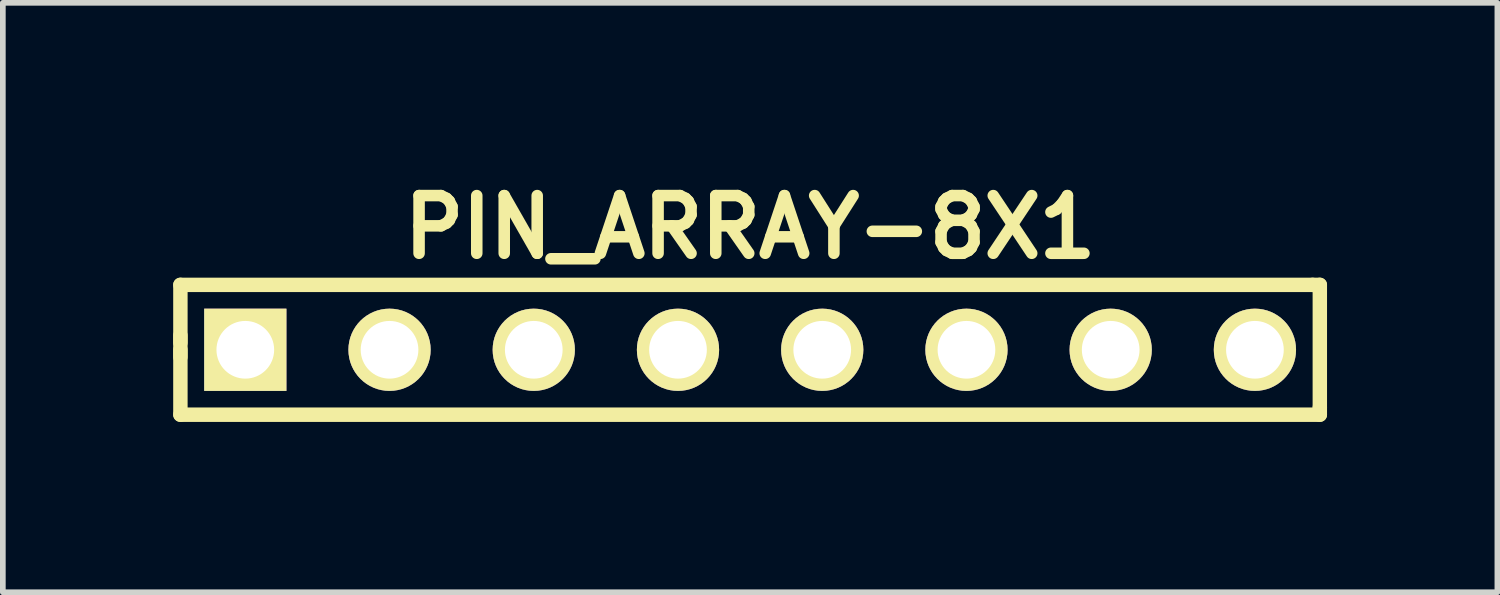
<source format=kicad_pcb>
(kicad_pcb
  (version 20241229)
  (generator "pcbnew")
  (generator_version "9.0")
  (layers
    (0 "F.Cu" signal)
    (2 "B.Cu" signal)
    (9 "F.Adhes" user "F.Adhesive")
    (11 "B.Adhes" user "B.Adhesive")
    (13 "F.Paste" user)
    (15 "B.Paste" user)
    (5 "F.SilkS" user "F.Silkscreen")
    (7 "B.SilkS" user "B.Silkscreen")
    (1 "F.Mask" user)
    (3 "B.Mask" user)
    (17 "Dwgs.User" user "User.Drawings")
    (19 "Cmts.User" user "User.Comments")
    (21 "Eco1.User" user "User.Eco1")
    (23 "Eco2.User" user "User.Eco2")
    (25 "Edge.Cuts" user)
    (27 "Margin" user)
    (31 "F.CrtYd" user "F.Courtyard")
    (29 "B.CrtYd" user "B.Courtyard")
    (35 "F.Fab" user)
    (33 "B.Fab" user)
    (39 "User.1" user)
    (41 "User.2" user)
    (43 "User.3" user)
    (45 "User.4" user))
  (footprint "PIN_ARRAY-8X1"
    (layer "F.Cu")
    (at 10.16 3.11)
    (property "Reference" "PIN_ARRAY-8X1" (at 0 -2.159 0) (layer "F.SilkS") (effects (font (size 1.016 1.016) (thickness 0.203))))
    (attr through_hole)
    (fp_line (start -10.033 -1.143) (end 9.906 -1.143) (stroke (width 0.254) (type solid)) (layer "F.SilkS"))
    (fp_line (start -10.033 -0.254) (end -10.033 0.127) (stroke (width 0.254) (type solid)) (layer "F.SilkS"))
    (fp_line (start -10.033 -0.127) (end -10.033 -1.143) (stroke (width 0.254) (type solid)) (layer "F.SilkS"))
    (fp_line (start -10.033 1.143) (end -10.033 0) (stroke (width 0.254) (type solid)) (layer "F.SilkS"))
    (fp_line (start 9.906 -1.143) (end 10.033 -1.143) (stroke (width 0.254) (type solid)) (layer "F.SilkS"))
    (fp_line (start 10.033 -1.143) (end 10.033 1.016) (stroke (width 0.254) (type solid)) (layer "F.SilkS"))
    (fp_line (start 10.033 1.016) (end 10.033 1.143) (stroke (width 0.254) (type solid)) (layer "F.SilkS"))
    (fp_line (start 10.033 1.143) (end -10.033 1.143) (stroke (width 0.254) (type solid)) (layer "F.SilkS"))
    (pad "1" thru_hole rect (at -8.89 0) (size 1.448 1.448) (drill 1.016) (layers "*.Cu" "*.Mask" "F.SilkS"))
    (pad "2" thru_hole circle (at -6.35 0) (size 1.448 1.448) (drill 1.016) (layers "*.Cu" "*.Mask" "F.SilkS"))
    (pad "3" thru_hole circle (at -3.81 0) (size 1.448 1.448) (drill 1.016) (layers "*.Cu" "*.Mask" "F.SilkS"))
    (pad "4" thru_hole circle (at -1.27 0) (size 1.448 1.448) (drill 1.016) (layers "*.Cu" "*.Mask" "F.SilkS"))
    (pad "5" thru_hole circle (at 1.27 0) (size 1.448 1.448) (drill 1.016) (layers "*.Cu" "*.Mask" "F.SilkS"))
    (pad "6" thru_hole circle (at 3.81 0) (size 1.448 1.448) (drill 1.016) (layers "*.Cu" "*.Mask" "F.SilkS"))
    (pad "7" thru_hole circle (at 6.35 0) (size 1.448 1.448) (drill 1.016) (layers "*.Cu" "*.Mask" "F.SilkS"))
    (pad "8" thru_hole circle (at 8.89 0) (size 1.448 1.448) (drill 1.016) (layers "*.Cu" "*.Mask" "F.SilkS")))
  (gr_rect
    (start -3 -3)
    (end 23.32 7.38)
    (stroke (width 0.1) (type default))
    (fill no)
    (layer "Edge.Cuts")))
</source>
